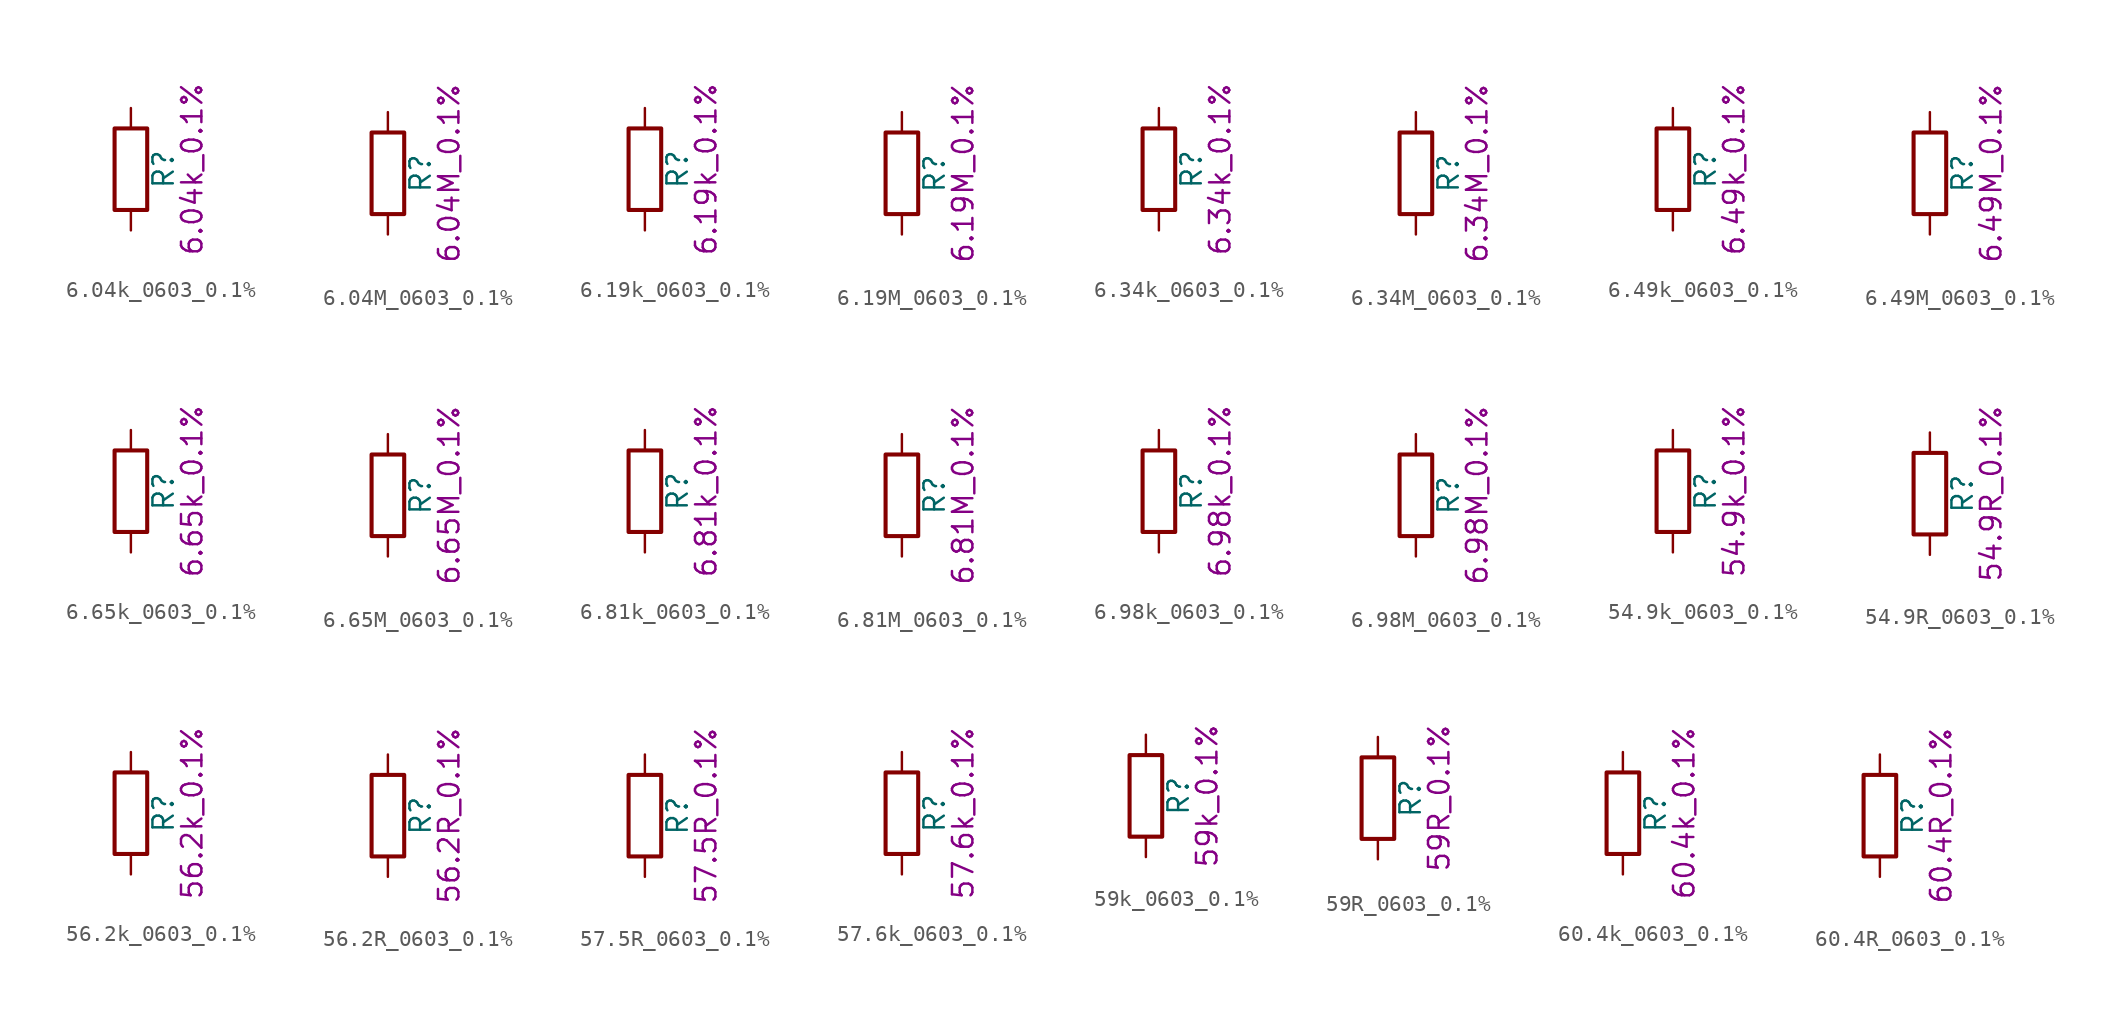
<source format=kicad_sym>
(kicad_symbol_lib
  (version 20211014)
  (generator kicad_symbol_editor)
  (symbol "6.04k_0603_0.1%"
    (pin_numbers hide)
    (pin_names
      (offset 0))
    (property "Reference" "R"
      (at 2.032 0 90)
      (effects (font (size 1.27 1.27))))
    (property "Display" "6.04k_0.1%"
      (at 3.81 0 90)
      (effects (font (size 1.27 1.27))))
    (symbol "6.04k_0603_0.1%_0_1"
      (rectangle (start -1.016 -2.54) (end 1.016 2.54) (stroke (width 0.254) (type default) (color 0 0 0 0)) (fill (type none))))
    (symbol "6.04k_0603_0.1%_1_1"
      (pin passive line (at 0 3.81 270) (length 1.27) (name "~" (effects (font (size 1.27 1.27)))) (number "1" (effects (font (size 1.27 1.27)))))
      (pin passive line (at 0 -3.81 90) (length 1.27) (name "~" (effects (font (size 1.27 1.27)))) (number "2" (effects (font (size 1.27 1.27)))))))
  (symbol "6.04M_0603_0.1%"
    (pin_numbers hide)
    (pin_names
      (offset 0))
    (property "Reference" "R"
      (at 2.032 0 90)
      (effects (font (size 1.27 1.27))))
    (property "Display" "6.04M_0.1%"
      (at 3.81 0 90)
      (effects (font (size 1.27 1.27))))
    (symbol "6.04M_0603_0.1%_0_1"
      (rectangle (start -1.016 -2.54) (end 1.016 2.54) (stroke (width 0.254) (type default) (color 0 0 0 0)) (fill (type none))))
    (symbol "6.04M_0603_0.1%_1_1"
      (pin passive line (at 0 3.81 270) (length 1.27) (name "~" (effects (font (size 1.27 1.27)))) (number "1" (effects (font (size 1.27 1.27)))))
      (pin passive line (at 0 -3.81 90) (length 1.27) (name "~" (effects (font (size 1.27 1.27)))) (number "2" (effects (font (size 1.27 1.27)))))))
  (symbol "6.19k_0603_0.1%"
    (pin_numbers hide)
    (pin_names
      (offset 0))
    (property "Reference" "R"
      (at 2.032 0 90)
      (effects (font (size 1.27 1.27))))
    (property "Display" "6.19k_0.1%"
      (at 3.81 0 90)
      (effects (font (size 1.27 1.27))))
    (symbol "6.19k_0603_0.1%_0_1"
      (rectangle (start -1.016 -2.54) (end 1.016 2.54) (stroke (width 0.254) (type default) (color 0 0 0 0)) (fill (type none))))
    (symbol "6.19k_0603_0.1%_1_1"
      (pin passive line (at 0 3.81 270) (length 1.27) (name "~" (effects (font (size 1.27 1.27)))) (number "1" (effects (font (size 1.27 1.27)))))
      (pin passive line (at 0 -3.81 90) (length 1.27) (name "~" (effects (font (size 1.27 1.27)))) (number "2" (effects (font (size 1.27 1.27)))))))
  (symbol "6.19M_0603_0.1%"
    (pin_numbers hide)
    (pin_names
      (offset 0))
    (property "Reference" "R"
      (at 2.032 0 90)
      (effects (font (size 1.27 1.27))))
    (property "Display" "6.19M_0.1%"
      (at 3.81 0 90)
      (effects (font (size 1.27 1.27))))
    (symbol "6.19M_0603_0.1%_0_1"
      (rectangle (start -1.016 -2.54) (end 1.016 2.54) (stroke (width 0.254) (type default) (color 0 0 0 0)) (fill (type none))))
    (symbol "6.19M_0603_0.1%_1_1"
      (pin passive line (at 0 3.81 270) (length 1.27) (name "~" (effects (font (size 1.27 1.27)))) (number "1" (effects (font (size 1.27 1.27)))))
      (pin passive line (at 0 -3.81 90) (length 1.27) (name "~" (effects (font (size 1.27 1.27)))) (number "2" (effects (font (size 1.27 1.27)))))))
  (symbol "6.34k_0603_0.1%"
    (pin_numbers hide)
    (pin_names
      (offset 0))
    (property "Reference" "R"
      (at 2.032 0 90)
      (effects (font (size 1.27 1.27))))
    (property "Display" "6.34k_0.1%"
      (at 3.81 0 90)
      (effects (font (size 1.27 1.27))))
    (symbol "6.34k_0603_0.1%_0_1"
      (rectangle (start -1.016 -2.54) (end 1.016 2.54) (stroke (width 0.254) (type default) (color 0 0 0 0)) (fill (type none))))
    (symbol "6.34k_0603_0.1%_1_1"
      (pin passive line (at 0 3.81 270) (length 1.27) (name "~" (effects (font (size 1.27 1.27)))) (number "1" (effects (font (size 1.27 1.27)))))
      (pin passive line (at 0 -3.81 90) (length 1.27) (name "~" (effects (font (size 1.27 1.27)))) (number "2" (effects (font (size 1.27 1.27)))))))
  (symbol "6.34M_0603_0.1%"
    (pin_numbers hide)
    (pin_names
      (offset 0))
    (property "Reference" "R"
      (at 2.032 0 90)
      (effects (font (size 1.27 1.27))))
    (property "Display" "6.34M_0.1%"
      (at 3.81 0 90)
      (effects (font (size 1.27 1.27))))
    (symbol "6.34M_0603_0.1%_0_1"
      (rectangle (start -1.016 -2.54) (end 1.016 2.54) (stroke (width 0.254) (type default) (color 0 0 0 0)) (fill (type none))))
    (symbol "6.34M_0603_0.1%_1_1"
      (pin passive line (at 0 3.81 270) (length 1.27) (name "~" (effects (font (size 1.27 1.27)))) (number "1" (effects (font (size 1.27 1.27)))))
      (pin passive line (at 0 -3.81 90) (length 1.27) (name "~" (effects (font (size 1.27 1.27)))) (number "2" (effects (font (size 1.27 1.27)))))))
  (symbol "6.49k_0603_0.1%"
    (pin_numbers hide)
    (pin_names
      (offset 0))
    (property "Reference" "R"
      (at 2.032 0 90)
      (effects (font (size 1.27 1.27))))
    (property "Display" "6.49k_0.1%"
      (at 3.81 0 90)
      (effects (font (size 1.27 1.27))))
    (symbol "6.49k_0603_0.1%_0_1"
      (rectangle (start -1.016 -2.54) (end 1.016 2.54) (stroke (width 0.254) (type default) (color 0 0 0 0)) (fill (type none))))
    (symbol "6.49k_0603_0.1%_1_1"
      (pin passive line (at 0 3.81 270) (length 1.27) (name "~" (effects (font (size 1.27 1.27)))) (number "1" (effects (font (size 1.27 1.27)))))
      (pin passive line (at 0 -3.81 90) (length 1.27) (name "~" (effects (font (size 1.27 1.27)))) (number "2" (effects (font (size 1.27 1.27)))))))
  (symbol "6.49M_0603_0.1%"
    (pin_numbers hide)
    (pin_names
      (offset 0))
    (property "Reference" "R"
      (at 2.032 0 90)
      (effects (font (size 1.27 1.27))))
    (property "Display" "6.49M_0.1%"
      (at 3.81 0 90)
      (effects (font (size 1.27 1.27))))
    (symbol "6.49M_0603_0.1%_0_1"
      (rectangle (start -1.016 -2.54) (end 1.016 2.54) (stroke (width 0.254) (type default) (color 0 0 0 0)) (fill (type none))))
    (symbol "6.49M_0603_0.1%_1_1"
      (pin passive line (at 0 3.81 270) (length 1.27) (name "~" (effects (font (size 1.27 1.27)))) (number "1" (effects (font (size 1.27 1.27)))))
      (pin passive line (at 0 -3.81 90) (length 1.27) (name "~" (effects (font (size 1.27 1.27)))) (number "2" (effects (font (size 1.27 1.27)))))))
  (symbol "6.65k_0603_0.1%"
    (pin_numbers hide)
    (pin_names
      (offset 0))
    (property "Reference" "R"
      (at 2.032 0 90)
      (effects (font (size 1.27 1.27))))
    (property "Display" "6.65k_0.1%"
      (at 3.81 0 90)
      (effects (font (size 1.27 1.27))))
    (symbol "6.65k_0603_0.1%_0_1"
      (rectangle (start -1.016 -2.54) (end 1.016 2.54) (stroke (width 0.254) (type default) (color 0 0 0 0)) (fill (type none))))
    (symbol "6.65k_0603_0.1%_1_1"
      (pin passive line (at 0 3.81 270) (length 1.27) (name "~" (effects (font (size 1.27 1.27)))) (number "1" (effects (font (size 1.27 1.27)))))
      (pin passive line (at 0 -3.81 90) (length 1.27) (name "~" (effects (font (size 1.27 1.27)))) (number "2" (effects (font (size 1.27 1.27)))))))
  (symbol "6.65M_0603_0.1%"
    (pin_numbers hide)
    (pin_names
      (offset 0))
    (property "Reference" "R"
      (at 2.032 0 90)
      (effects (font (size 1.27 1.27))))
    (property "Display" "6.65M_0.1%"
      (at 3.81 0 90)
      (effects (font (size 1.27 1.27))))
    (symbol "6.65M_0603_0.1%_0_1"
      (rectangle (start -1.016 -2.54) (end 1.016 2.54) (stroke (width 0.254) (type default) (color 0 0 0 0)) (fill (type none))))
    (symbol "6.65M_0603_0.1%_1_1"
      (pin passive line (at 0 3.81 270) (length 1.27) (name "~" (effects (font (size 1.27 1.27)))) (number "1" (effects (font (size 1.27 1.27)))))
      (pin passive line (at 0 -3.81 90) (length 1.27) (name "~" (effects (font (size 1.27 1.27)))) (number "2" (effects (font (size 1.27 1.27)))))))
  (symbol "6.81k_0603_0.1%"
    (pin_numbers hide)
    (pin_names
      (offset 0))
    (property "Reference" "R"
      (at 2.032 0 90)
      (effects (font (size 1.27 1.27))))
    (property "Display" "6.81k_0.1%"
      (at 3.81 0 90)
      (effects (font (size 1.27 1.27))))
    (symbol "6.81k_0603_0.1%_0_1"
      (rectangle (start -1.016 -2.54) (end 1.016 2.54) (stroke (width 0.254) (type default) (color 0 0 0 0)) (fill (type none))))
    (symbol "6.81k_0603_0.1%_1_1"
      (pin passive line (at 0 3.81 270) (length 1.27) (name "~" (effects (font (size 1.27 1.27)))) (number "1" (effects (font (size 1.27 1.27)))))
      (pin passive line (at 0 -3.81 90) (length 1.27) (name "~" (effects (font (size 1.27 1.27)))) (number "2" (effects (font (size 1.27 1.27)))))))
  (symbol "6.81M_0603_0.1%"
    (pin_numbers hide)
    (pin_names
      (offset 0))
    (property "Reference" "R"
      (at 2.032 0 90)
      (effects (font (size 1.27 1.27))))
    (property "Display" "6.81M_0.1%"
      (at 3.81 0 90)
      (effects (font (size 1.27 1.27))))
    (symbol "6.81M_0603_0.1%_0_1"
      (rectangle (start -1.016 -2.54) (end 1.016 2.54) (stroke (width 0.254) (type default) (color 0 0 0 0)) (fill (type none))))
    (symbol "6.81M_0603_0.1%_1_1"
      (pin passive line (at 0 3.81 270) (length 1.27) (name "~" (effects (font (size 1.27 1.27)))) (number "1" (effects (font (size 1.27 1.27)))))
      (pin passive line (at 0 -3.81 90) (length 1.27) (name "~" (effects (font (size 1.27 1.27)))) (number "2" (effects (font (size 1.27 1.27)))))))
  (symbol "6.98k_0603_0.1%"
    (pin_numbers hide)
    (pin_names
      (offset 0))
    (property "Reference" "R"
      (at 2.032 0 90)
      (effects (font (size 1.27 1.27))))
    (property "Display" "6.98k_0.1%"
      (at 3.81 0 90)
      (effects (font (size 1.27 1.27))))
    (symbol "6.98k_0603_0.1%_0_1"
      (rectangle (start -1.016 -2.54) (end 1.016 2.54) (stroke (width 0.254) (type default) (color 0 0 0 0)) (fill (type none))))
    (symbol "6.98k_0603_0.1%_1_1"
      (pin passive line (at 0 3.81 270) (length 1.27) (name "~" (effects (font (size 1.27 1.27)))) (number "1" (effects (font (size 1.27 1.27)))))
      (pin passive line (at 0 -3.81 90) (length 1.27) (name "~" (effects (font (size 1.27 1.27)))) (number "2" (effects (font (size 1.27 1.27)))))))
  (symbol "6.98M_0603_0.1%"
    (pin_numbers hide)
    (pin_names
      (offset 0))
    (property "Reference" "R"
      (at 2.032 0 90)
      (effects (font (size 1.27 1.27))))
    (property "Display" "6.98M_0.1%"
      (at 3.81 0 90)
      (effects (font (size 1.27 1.27))))
    (symbol "6.98M_0603_0.1%_0_1"
      (rectangle (start -1.016 -2.54) (end 1.016 2.54) (stroke (width 0.254) (type default) (color 0 0 0 0)) (fill (type none))))
    (symbol "6.98M_0603_0.1%_1_1"
      (pin passive line (at 0 3.81 270) (length 1.27) (name "~" (effects (font (size 1.27 1.27)))) (number "1" (effects (font (size 1.27 1.27)))))
      (pin passive line (at 0 -3.81 90) (length 1.27) (name "~" (effects (font (size 1.27 1.27)))) (number "2" (effects (font (size 1.27 1.27)))))))
  (symbol "54.9k_0603_0.1%"
    (pin_numbers hide)
    (pin_names
      (offset 0))
    (property "Reference" "R"
      (at 2.032 0 90)
      (effects (font (size 1.27 1.27))))
    (property "Display" "54.9k_0.1%"
      (at 3.81 0 90)
      (effects (font (size 1.27 1.27))))
    (symbol "54.9k_0603_0.1%_0_1"
      (rectangle (start -1.016 -2.54) (end 1.016 2.54) (stroke (width 0.254) (type default) (color 0 0 0 0)) (fill (type none))))
    (symbol "54.9k_0603_0.1%_1_1"
      (pin passive line (at 0 3.81 270) (length 1.27) (name "~" (effects (font (size 1.27 1.27)))) (number "1" (effects (font (size 1.27 1.27)))))
      (pin passive line (at 0 -3.81 90) (length 1.27) (name "~" (effects (font (size 1.27 1.27)))) (number "2" (effects (font (size 1.27 1.27)))))))
  (symbol "54.9R_0603_0.1%"
    (pin_numbers hide)
    (pin_names
      (offset 0))
    (property "Reference" "R"
      (at 2.032 0 90)
      (effects (font (size 1.27 1.27))))
    (property "Display" "54.9R_0.1%"
      (at 3.81 0 90)
      (effects (font (size 1.27 1.27))))
    (symbol "54.9R_0603_0.1%_0_1"
      (rectangle (start -1.016 -2.54) (end 1.016 2.54) (stroke (width 0.254) (type default) (color 0 0 0 0)) (fill (type none))))
    (symbol "54.9R_0603_0.1%_1_1"
      (pin passive line (at 0 3.81 270) (length 1.27) (name "~" (effects (font (size 1.27 1.27)))) (number "1" (effects (font (size 1.27 1.27)))))
      (pin passive line (at 0 -3.81 90) (length 1.27) (name "~" (effects (font (size 1.27 1.27)))) (number "2" (effects (font (size 1.27 1.27)))))))
  (symbol "56.2k_0603_0.1%"
    (pin_numbers hide)
    (pin_names
      (offset 0))
    (property "Reference" "R"
      (at 2.032 0 90)
      (effects (font (size 1.27 1.27))))
    (property "Display" "56.2k_0.1%"
      (at 3.81 0 90)
      (effects (font (size 1.27 1.27))))
    (symbol "56.2k_0603_0.1%_0_1"
      (rectangle (start -1.016 -2.54) (end 1.016 2.54) (stroke (width 0.254) (type default) (color 0 0 0 0)) (fill (type none))))
    (symbol "56.2k_0603_0.1%_1_1"
      (pin passive line (at 0 3.81 270) (length 1.27) (name "~" (effects (font (size 1.27 1.27)))) (number "1" (effects (font (size 1.27 1.27)))))
      (pin passive line (at 0 -3.81 90) (length 1.27) (name "~" (effects (font (size 1.27 1.27)))) (number "2" (effects (font (size 1.27 1.27)))))))
  (symbol "56.2R_0603_0.1%"
    (pin_numbers hide)
    (pin_names
      (offset 0))
    (property "Reference" "R"
      (at 2.032 0 90)
      (effects (font (size 1.27 1.27))))
    (property "Display" "56.2R_0.1%"
      (at 3.81 0 90)
      (effects (font (size 1.27 1.27))))
    (symbol "56.2R_0603_0.1%_0_1"
      (rectangle (start -1.016 -2.54) (end 1.016 2.54) (stroke (width 0.254) (type default) (color 0 0 0 0)) (fill (type none))))
    (symbol "56.2R_0603_0.1%_1_1"
      (pin passive line (at 0 3.81 270) (length 1.27) (name "~" (effects (font (size 1.27 1.27)))) (number "1" (effects (font (size 1.27 1.27)))))
      (pin passive line (at 0 -3.81 90) (length 1.27) (name "~" (effects (font (size 1.27 1.27)))) (number "2" (effects (font (size 1.27 1.27)))))))
  (symbol "57.5R_0603_0.1%"
    (pin_numbers hide)
    (pin_names
      (offset 0))
    (property "Reference" "R"
      (at 2.032 0 90)
      (effects (font (size 1.27 1.27))))
    (property "Display" "57.5R_0.1%"
      (at 3.81 0 90)
      (effects (font (size 1.27 1.27))))
    (symbol "57.5R_0603_0.1%_0_1"
      (rectangle (start -1.016 -2.54) (end 1.016 2.54) (stroke (width 0.254) (type default) (color 0 0 0 0)) (fill (type none))))
    (symbol "57.5R_0603_0.1%_1_1"
      (pin passive line (at 0 3.81 270) (length 1.27) (name "~" (effects (font (size 1.27 1.27)))) (number "1" (effects (font (size 1.27 1.27)))))
      (pin passive line (at 0 -3.81 90) (length 1.27) (name "~" (effects (font (size 1.27 1.27)))) (number "2" (effects (font (size 1.27 1.27)))))))
  (symbol "57.6k_0603_0.1%"
    (pin_numbers hide)
    (pin_names
      (offset 0))
    (property "Reference" "R"
      (at 2.032 0 90)
      (effects (font (size 1.27 1.27))))
    (property "Display" "57.6k_0.1%"
      (at 3.81 0 90)
      (effects (font (size 1.27 1.27))))
    (symbol "57.6k_0603_0.1%_0_1"
      (rectangle (start -1.016 -2.54) (end 1.016 2.54) (stroke (width 0.254) (type default) (color 0 0 0 0)) (fill (type none))))
    (symbol "57.6k_0603_0.1%_1_1"
      (pin passive line (at 0 3.81 270) (length 1.27) (name "~" (effects (font (size 1.27 1.27)))) (number "1" (effects (font (size 1.27 1.27)))))
      (pin passive line (at 0 -3.81 90) (length 1.27) (name "~" (effects (font (size 1.27 1.27)))) (number "2" (effects (font (size 1.27 1.27)))))))
  (symbol "59k_0603_0.1%"
    (pin_numbers hide)
    (pin_names
      (offset 0))
    (property "Reference" "R"
      (at 2.032 0 90)
      (effects (font (size 1.27 1.27))))
    (property "Display" "59k_0.1%"
      (at 3.81 0 90)
      (effects (font (size 1.27 1.27))))
    (symbol "59k_0603_0.1%_0_1"
      (rectangle (start -1.016 -2.54) (end 1.016 2.54) (stroke (width 0.254) (type default) (color 0 0 0 0)) (fill (type none))))
    (symbol "59k_0603_0.1%_1_1"
      (pin passive line (at 0 3.81 270) (length 1.27) (name "~" (effects (font (size 1.27 1.27)))) (number "1" (effects (font (size 1.27 1.27)))))
      (pin passive line (at 0 -3.81 90) (length 1.27) (name "~" (effects (font (size 1.27 1.27)))) (number "2" (effects (font (size 1.27 1.27)))))))
  (symbol "59R_0603_0.1%"
    (pin_numbers hide)
    (pin_names
      (offset 0))
    (property "Reference" "R"
      (at 2.032 0 90)
      (effects (font (size 1.27 1.27))))
    (property "Display" "59R_0.1%"
      (at 3.81 0 90)
      (effects (font (size 1.27 1.27))))
    (symbol "59R_0603_0.1%_0_1"
      (rectangle (start -1.016 -2.54) (end 1.016 2.54) (stroke (width 0.254) (type default) (color 0 0 0 0)) (fill (type none))))
    (symbol "59R_0603_0.1%_1_1"
      (pin passive line (at 0 3.81 270) (length 1.27) (name "~" (effects (font (size 1.27 1.27)))) (number "1" (effects (font (size 1.27 1.27)))))
      (pin passive line (at 0 -3.81 90) (length 1.27) (name "~" (effects (font (size 1.27 1.27)))) (number "2" (effects (font (size 1.27 1.27)))))))
  (symbol "60.4k_0603_0.1%"
    (pin_numbers hide)
    (pin_names
      (offset 0))
    (property "Reference" "R"
      (at 2.032 0 90)
      (effects (font (size 1.27 1.27))))
    (property "Display" "60.4k_0.1%"
      (at 3.81 0 90)
      (effects (font (size 1.27 1.27))))
    (symbol "60.4k_0603_0.1%_0_1"
      (rectangle (start -1.016 -2.54) (end 1.016 2.54) (stroke (width 0.254) (type default) (color 0 0 0 0)) (fill (type none))))
    (symbol "60.4k_0603_0.1%_1_1"
      (pin passive line (at 0 3.81 270) (length 1.27) (name "~" (effects (font (size 1.27 1.27)))) (number "1" (effects (font (size 1.27 1.27)))))
      (pin passive line (at 0 -3.81 90) (length 1.27) (name "~" (effects (font (size 1.27 1.27)))) (number "2" (effects (font (size 1.27 1.27)))))))
  (symbol "60.4R_0603_0.1%"
    (pin_numbers hide)
    (pin_names
      (offset 0))
    (property "Reference" "R"
      (at 2.032 0 90)
      (effects (font (size 1.27 1.27))))
    (property "Display" "60.4R_0.1%"
      (at 3.81 0 90)
      (effects (font (size 1.27 1.27))))
    (symbol "60.4R_0603_0.1%_0_1"
      (rectangle (start -1.016 -2.54) (end 1.016 2.54) (stroke (width 0.254) (type default) (color 0 0 0 0)) (fill (type none))))
    (symbol "60.4R_0603_0.1%_1_1"
      (pin passive line (at 0 3.81 270) (length 1.27) (name "~" (effects (font (size 1.27 1.27)))) (number "1" (effects (font (size 1.27 1.27)))))
      (pin passive line (at 0 -3.81 90) (length 1.27) (name "~" (effects (font (size 1.27 1.27)))) (number "2" (effects (font (size 1.27 1.27))))))))
</source>
